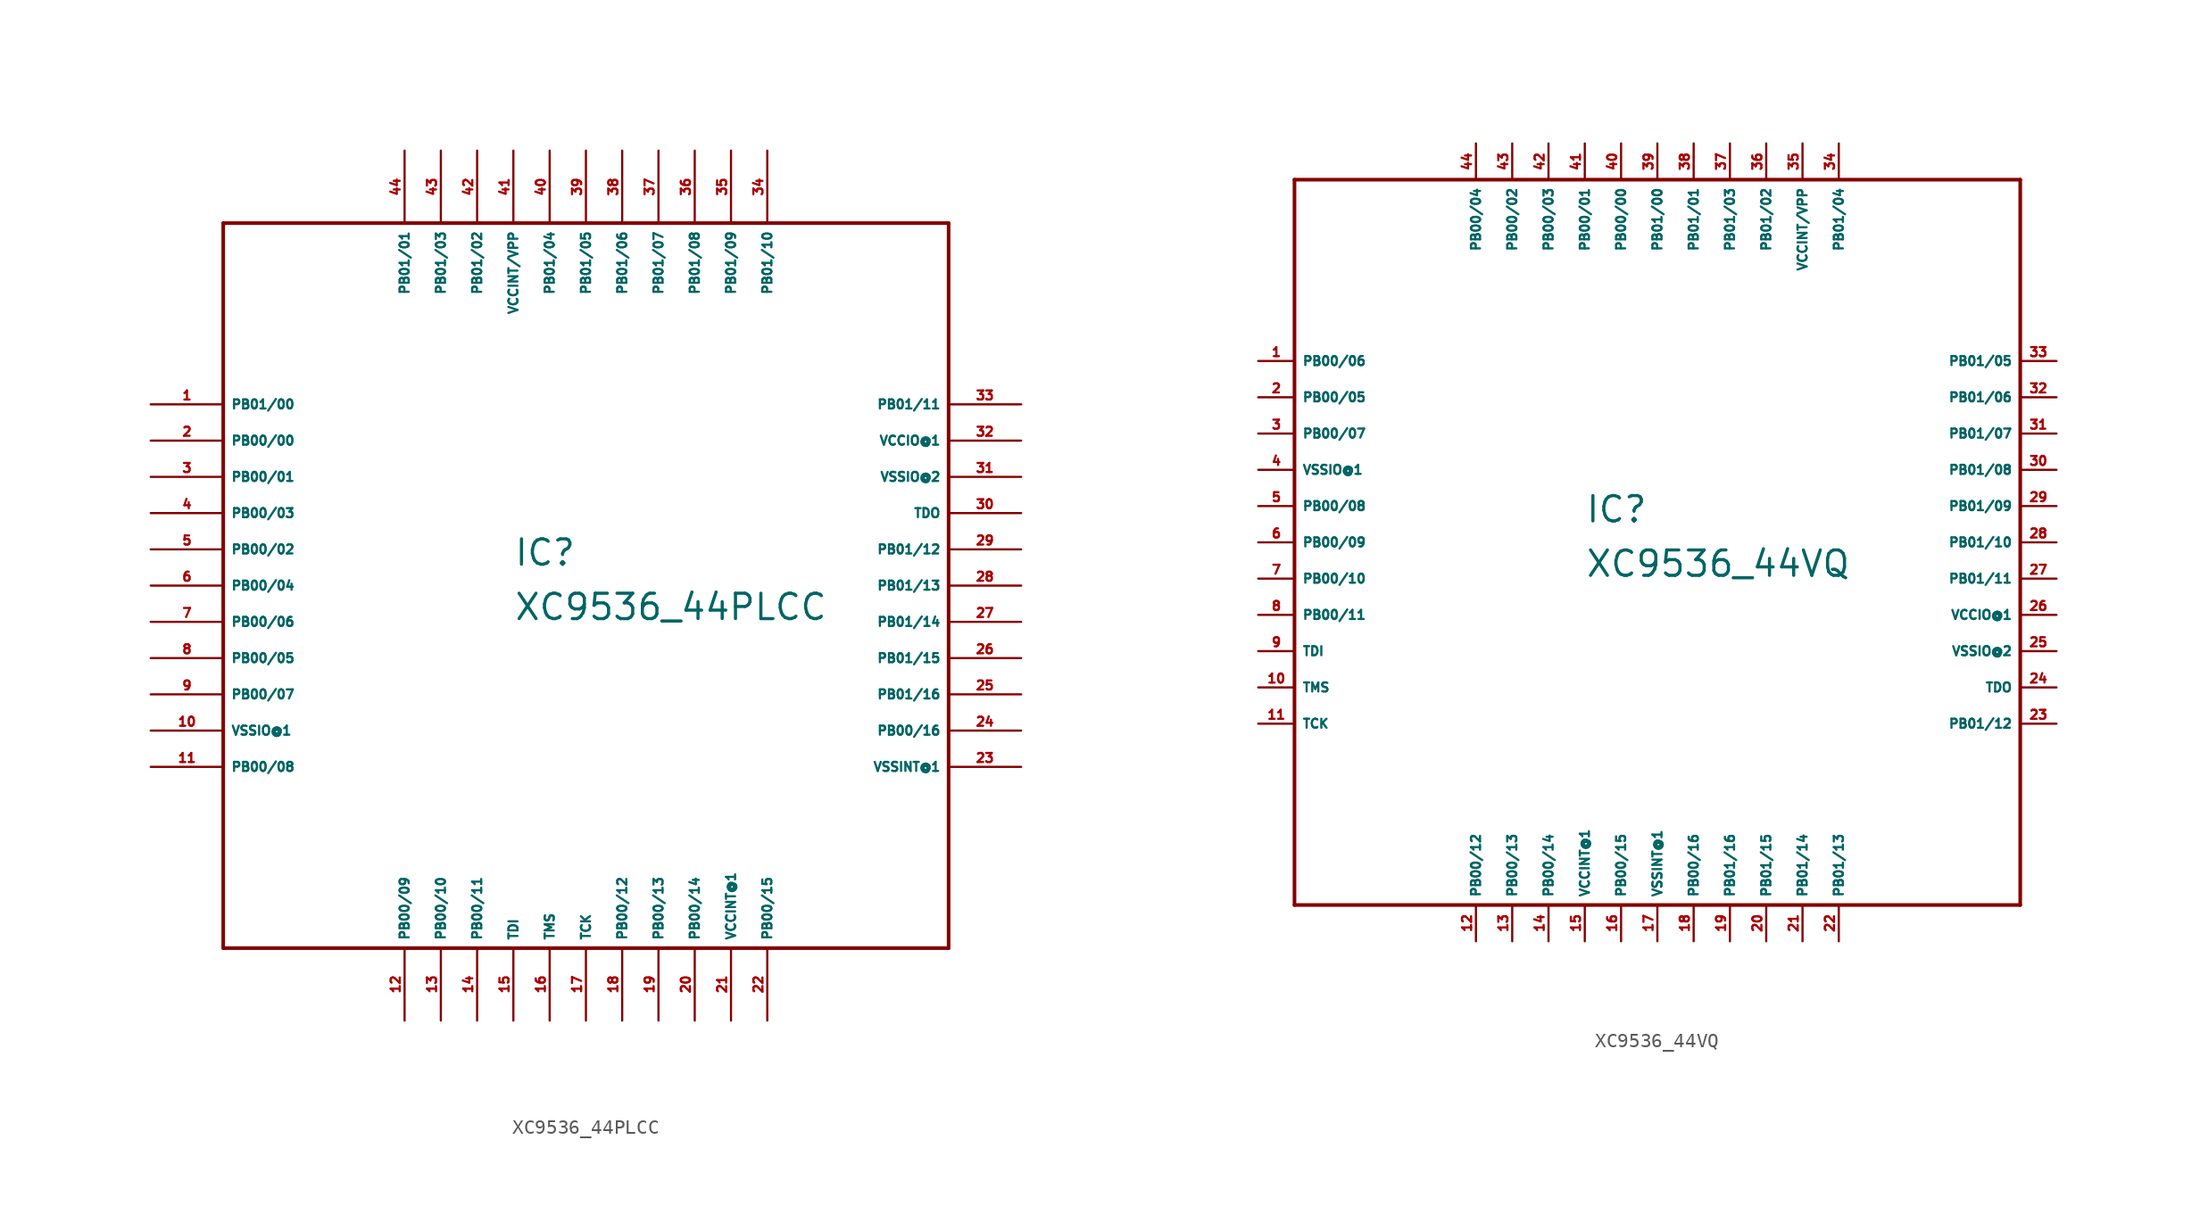
<source format=kicad_sym>
(kicad_symbol_lib
  (version 20220914)
  (generator Eagle2Kicad)
  (symbol "XC9536_44PLCC"
    (property "Reference" "IC"
      (at -5.08 1.27 0)
      (effects (font (size 1.778 1.778) (thickness 0.22)) (justify left bottom)))
    (property "Value" "XC9536_44PLCC"
      (at -5.08 -2.54 0)
      (effects (font (size 1.778 1.778) (thickness 0.22)) (justify left bottom)))
    (polyline
      (pts (xy -25.4 -25.4) (xy 25.4 -25.4))
      (stroke (width 0.254) (type default))
      (fill (type none)))
    (polyline
      (pts (xy 25.4 -25.4) (xy 25.4 25.4))
      (stroke (width 0.254) (type default))
      (fill (type none)))
    (polyline
      (pts (xy 25.4 25.4) (xy -25.4 25.4))
      (stroke (width 0.254) (type default))
      (fill (type none)))
    (polyline
      (pts (xy -25.4 25.4) (xy -25.4 -25.4))
      (stroke (width 0.254) (type default))
      (fill (type none)))
    (pin bidirectional line
      (at -30.48 12.7 0)
      (length 5.08)
      (name "PB01/00" (effects (font (size 0.635 0.635) (thickness 0.08)) (justify left bottom)))
      (number "1" (effects (font (size 0.635 0.635) (thickness 0.08)) (justify left bottom))))
    (pin bidirectional line
      (at -30.48 10.16 0)
      (length 5.08)
      (name "PB00/00" (effects (font (size 0.635 0.635) (thickness 0.08)) (justify left bottom)))
      (number "2" (effects (font (size 0.635 0.635) (thickness 0.08)) (justify left bottom))))
    (pin bidirectional line
      (at -30.48 7.62 0)
      (length 5.08)
      (name "PB00/01" (effects (font (size 0.635 0.635) (thickness 0.08)) (justify left bottom)))
      (number "3" (effects (font (size 0.635 0.635) (thickness 0.08)) (justify left bottom))))
    (pin bidirectional line
      (at -30.48 5.08 0)
      (length 5.08)
      (name "PB00/03" (effects (font (size 0.635 0.635) (thickness 0.08)) (justify left bottom)))
      (number "4" (effects (font (size 0.635 0.635) (thickness 0.08)) (justify left bottom))))
    (pin bidirectional line
      (at -30.48 2.54 0)
      (length 5.08)
      (name "PB00/02" (effects (font (size 0.635 0.635) (thickness 0.08)) (justify left bottom)))
      (number "5" (effects (font (size 0.635 0.635) (thickness 0.08)) (justify left bottom))))
    (pin bidirectional line
      (at -30.48 0 0)
      (length 5.08)
      (name "PB00/04" (effects (font (size 0.635 0.635) (thickness 0.08)) (justify left bottom)))
      (number "6" (effects (font (size 0.635 0.635) (thickness 0.08)) (justify left bottom))))
    (pin bidirectional line
      (at -30.48 -2.54 0)
      (length 5.08)
      (name "PB00/06" (effects (font (size 0.635 0.635) (thickness 0.08)) (justify left bottom)))
      (number "7" (effects (font (size 0.635 0.635) (thickness 0.08)) (justify left bottom))))
    (pin bidirectional line
      (at -30.48 -5.08 0)
      (length 5.08)
      (name "PB00/05" (effects (font (size 0.635 0.635) (thickness 0.08)) (justify left bottom)))
      (number "8" (effects (font (size 0.635 0.635) (thickness 0.08)) (justify left bottom))))
    (pin bidirectional line
      (at -30.48 -7.62 0)
      (length 5.08)
      (name "PB00/07" (effects (font (size 0.635 0.635) (thickness 0.08)) (justify left bottom)))
      (number "9" (effects (font (size 0.635 0.635) (thickness 0.08)) (justify left bottom))))
    (pin unspecified line
      (at -30.48 -10.16 0)
      (length 5.08)
      (name "VSSIO@1" (effects (font (size 0.635 0.635) (thickness 0.08)) (justify left bottom)))
      (number "10" (effects (font (size 0.635 0.635) (thickness 0.08)) (justify left bottom))))
    (pin bidirectional line
      (at -30.48 -12.7 0)
      (length 5.08)
      (name "PB00/08" (effects (font (size 0.635 0.635) (thickness 0.08)) (justify left bottom)))
      (number "11" (effects (font (size 0.635 0.635) (thickness 0.08)) (justify left bottom))))
    (pin bidirectional line
      (at -12.7 -30.48 90)
      (length 5.08)
      (name "PB00/09" (effects (font (size 0.635 0.635) (thickness 0.08)) (justify left bottom)))
      (number "12" (effects (font (size 0.635 0.635) (thickness 0.08)) (justify left bottom))))
    (pin bidirectional line
      (at -10.16 -30.48 90)
      (length 5.08)
      (name "PB00/10" (effects (font (size 0.635 0.635) (thickness 0.08)) (justify left bottom)))
      (number "13" (effects (font (size 0.635 0.635) (thickness 0.08)) (justify left bottom))))
    (pin bidirectional line
      (at -7.62 -30.48 90)
      (length 5.08)
      (name "PB00/11" (effects (font (size 0.635 0.635) (thickness 0.08)) (justify left bottom)))
      (number "14" (effects (font (size 0.635 0.635) (thickness 0.08)) (justify left bottom))))
    (pin input line
      (at -5.08 -30.48 90)
      (length 5.08)
      (name "TDI" (effects (font (size 0.635 0.635) (thickness 0.08)) (justify left bottom)))
      (number "15" (effects (font (size 0.635 0.635) (thickness 0.08)) (justify left bottom))))
    (pin input line
      (at -2.54 -30.48 90)
      (length 5.08)
      (name "TMS" (effects (font (size 0.635 0.635) (thickness 0.08)) (justify left bottom)))
      (number "16" (effects (font (size 0.635 0.635) (thickness 0.08)) (justify left bottom))))
    (pin input line
      (at 0 -30.48 90)
      (length 5.08)
      (name "TCK" (effects (font (size 0.635 0.635) (thickness 0.08)) (justify left bottom)))
      (number "17" (effects (font (size 0.635 0.635) (thickness 0.08)) (justify left bottom))))
    (pin bidirectional line
      (at 2.54 -30.48 90)
      (length 5.08)
      (name "PB00/12" (effects (font (size 0.635 0.635) (thickness 0.08)) (justify left bottom)))
      (number "18" (effects (font (size 0.635 0.635) (thickness 0.08)) (justify left bottom))))
    (pin bidirectional line
      (at 5.08 -30.48 90)
      (length 5.08)
      (name "PB00/13" (effects (font (size 0.635 0.635) (thickness 0.08)) (justify left bottom)))
      (number "19" (effects (font (size 0.635 0.635) (thickness 0.08)) (justify left bottom))))
    (pin bidirectional line
      (at 7.62 -30.48 90)
      (length 5.08)
      (name "PB00/14" (effects (font (size 0.635 0.635) (thickness 0.08)) (justify left bottom)))
      (number "20" (effects (font (size 0.635 0.635) (thickness 0.08)) (justify left bottom))))
    (pin unspecified line
      (at 10.16 -30.48 90)
      (length 5.08)
      (name "VCCINT@1" (effects (font (size 0.635 0.635) (thickness 0.08)) (justify left bottom)))
      (number "21" (effects (font (size 0.635 0.635) (thickness 0.08)) (justify left bottom))))
    (pin bidirectional line
      (at 12.7 -30.48 90)
      (length 5.08)
      (name "PB00/15" (effects (font (size 0.635 0.635) (thickness 0.08)) (justify left bottom)))
      (number "22" (effects (font (size 0.635 0.635) (thickness 0.08)) (justify left bottom))))
    (pin unspecified line
      (at 30.48 -12.7 180)
      (length 5.08)
      (name "VSSINT@1" (effects (font (size 0.635 0.635) (thickness 0.08)) (justify left bottom)))
      (number "23" (effects (font (size 0.635 0.635) (thickness 0.08)) (justify left bottom))))
    (pin bidirectional line
      (at 30.48 -10.16 180)
      (length 5.08)
      (name "PB00/16" (effects (font (size 0.635 0.635) (thickness 0.08)) (justify left bottom)))
      (number "24" (effects (font (size 0.635 0.635) (thickness 0.08)) (justify left bottom))))
    (pin bidirectional line
      (at 30.48 -7.62 180)
      (length 5.08)
      (name "PB01/16" (effects (font (size 0.635 0.635) (thickness 0.08)) (justify left bottom)))
      (number "25" (effects (font (size 0.635 0.635) (thickness 0.08)) (justify left bottom))))
    (pin bidirectional line
      (at 30.48 -5.08 180)
      (length 5.08)
      (name "PB01/15" (effects (font (size 0.635 0.635) (thickness 0.08)) (justify left bottom)))
      (number "26" (effects (font (size 0.635 0.635) (thickness 0.08)) (justify left bottom))))
    (pin bidirectional line
      (at 30.48 -2.54 180)
      (length 5.08)
      (name "PB01/14" (effects (font (size 0.635 0.635) (thickness 0.08)) (justify left bottom)))
      (number "27" (effects (font (size 0.635 0.635) (thickness 0.08)) (justify left bottom))))
    (pin bidirectional line
      (at 30.48 0 180)
      (length 5.08)
      (name "PB01/13" (effects (font (size 0.635 0.635) (thickness 0.08)) (justify left bottom)))
      (number "28" (effects (font (size 0.635 0.635) (thickness 0.08)) (justify left bottom))))
    (pin bidirectional line
      (at 30.48 2.54 180)
      (length 5.08)
      (name "PB01/12" (effects (font (size 0.635 0.635) (thickness 0.08)) (justify left bottom)))
      (number "29" (effects (font (size 0.635 0.635) (thickness 0.08)) (justify left bottom))))
    (pin output line
      (at 30.48 5.08 180)
      (length 5.08)
      (name "TDO" (effects (font (size 0.635 0.635) (thickness 0.08)) (justify left bottom)))
      (number "30" (effects (font (size 0.635 0.635) (thickness 0.08)) (justify left bottom))))
    (pin unspecified line
      (at 30.48 7.62 180)
      (length 5.08)
      (name "VSSIO@2" (effects (font (size 0.635 0.635) (thickness 0.08)) (justify left bottom)))
      (number "31" (effects (font (size 0.635 0.635) (thickness 0.08)) (justify left bottom))))
    (pin unspecified line
      (at 30.48 10.16 180)
      (length 5.08)
      (name "VCCIO@1" (effects (font (size 0.635 0.635) (thickness 0.08)) (justify left bottom)))
      (number "32" (effects (font (size 0.635 0.635) (thickness 0.08)) (justify left bottom))))
    (pin bidirectional line
      (at 30.48 12.7 180)
      (length 5.08)
      (name "PB01/11" (effects (font (size 0.635 0.635) (thickness 0.08)) (justify left bottom)))
      (number "33" (effects (font (size 0.635 0.635) (thickness 0.08)) (justify left bottom))))
    (pin bidirectional line
      (at 12.7 30.48 270)
      (length 5.08)
      (name "PB01/10" (effects (font (size 0.635 0.635) (thickness 0.08)) (justify left bottom)))
      (number "34" (effects (font (size 0.635 0.635) (thickness 0.08)) (justify left bottom))))
    (pin bidirectional line
      (at 10.16 30.48 270)
      (length 5.08)
      (name "PB01/09" (effects (font (size 0.635 0.635) (thickness 0.08)) (justify left bottom)))
      (number "35" (effects (font (size 0.635 0.635) (thickness 0.08)) (justify left bottom))))
    (pin bidirectional line
      (at 7.62 30.48 270)
      (length 5.08)
      (name "PB01/08" (effects (font (size 0.635 0.635) (thickness 0.08)) (justify left bottom)))
      (number "36" (effects (font (size 0.635 0.635) (thickness 0.08)) (justify left bottom))))
    (pin bidirectional line
      (at 5.08 30.48 270)
      (length 5.08)
      (name "PB01/07" (effects (font (size 0.635 0.635) (thickness 0.08)) (justify left bottom)))
      (number "37" (effects (font (size 0.635 0.635) (thickness 0.08)) (justify left bottom))))
    (pin bidirectional line
      (at 2.54 30.48 270)
      (length 5.08)
      (name "PB01/06" (effects (font (size 0.635 0.635) (thickness 0.08)) (justify left bottom)))
      (number "38" (effects (font (size 0.635 0.635) (thickness 0.08)) (justify left bottom))))
    (pin bidirectional line
      (at 0 30.48 270)
      (length 5.08)
      (name "PB01/05" (effects (font (size 0.635 0.635) (thickness 0.08)) (justify left bottom)))
      (number "39" (effects (font (size 0.635 0.635) (thickness 0.08)) (justify left bottom))))
    (pin bidirectional line
      (at -2.54 30.48 270)
      (length 5.08)
      (name "PB01/04" (effects (font (size 0.635 0.635) (thickness 0.08)) (justify left bottom)))
      (number "40" (effects (font (size 0.635 0.635) (thickness 0.08)) (justify left bottom))))
    (pin input line
      (at -5.08 30.48 270)
      (length 5.08)
      (name "VCCINT/VPP" (effects (font (size 0.635 0.635) (thickness 0.08)) (justify left bottom)))
      (number "41" (effects (font (size 0.635 0.635) (thickness 0.08)) (justify left bottom))))
    (pin bidirectional line
      (at -7.62 30.48 270)
      (length 5.08)
      (name "PB01/02" (effects (font (size 0.635 0.635) (thickness 0.08)) (justify left bottom)))
      (number "42" (effects (font (size 0.635 0.635) (thickness 0.08)) (justify left bottom))))
    (pin bidirectional line
      (at -10.16 30.48 270)
      (length 5.08)
      (name "PB01/03" (effects (font (size 0.635 0.635) (thickness 0.08)) (justify left bottom)))
      (number "43" (effects (font (size 0.635 0.635) (thickness 0.08)) (justify left bottom))))
    (pin bidirectional line
      (at -12.7 30.48 270)
      (length 5.08)
      (name "PB01/01" (effects (font (size 0.635 0.635) (thickness 0.08)) (justify left bottom)))
      (number "44" (effects (font (size 0.635 0.635) (thickness 0.08)) (justify left bottom)))))
  (symbol "XC9536_44VQ"
    (property "Reference" "IC"
      (at -5.08 1.27 0)
      (effects (font (size 1.778 1.778) (thickness 0.22)) (justify left bottom)))
    (property "Value" "XC9536_44VQ"
      (at -5.08 -2.54 0)
      (effects (font (size 1.778 1.778) (thickness 0.22)) (justify left bottom)))
    (polyline
      (pts (xy -25.4 -25.4) (xy 25.4 -25.4))
      (stroke (width 0.254) (type default))
      (fill (type none)))
    (polyline
      (pts (xy 25.4 -25.4) (xy 25.4 25.4))
      (stroke (width 0.254) (type default))
      (fill (type none)))
    (polyline
      (pts (xy 25.4 25.4) (xy -25.4 25.4))
      (stroke (width 0.254) (type default))
      (fill (type none)))
    (polyline
      (pts (xy -25.4 25.4) (xy -25.4 -25.4))
      (stroke (width 0.254) (type default))
      (fill (type none)))
    (pin bidirectional line
      (at -27.94 12.7 0)
      (length 2.54)
      (name "PB00/06" (effects (font (size 0.635 0.635) (thickness 0.08)) (justify left bottom)))
      (number "1" (effects (font (size 0.635 0.635) (thickness 0.08)) (justify left bottom))))
    (pin bidirectional line
      (at -27.94 10.16 0)
      (length 2.54)
      (name "PB00/05" (effects (font (size 0.635 0.635) (thickness 0.08)) (justify left bottom)))
      (number "2" (effects (font (size 0.635 0.635) (thickness 0.08)) (justify left bottom))))
    (pin bidirectional line
      (at -27.94 7.62 0)
      (length 2.54)
      (name "PB00/07" (effects (font (size 0.635 0.635) (thickness 0.08)) (justify left bottom)))
      (number "3" (effects (font (size 0.635 0.635) (thickness 0.08)) (justify left bottom))))
    (pin unspecified line
      (at -27.94 5.08 0)
      (length 2.54)
      (name "VSSIO@1" (effects (font (size 0.635 0.635) (thickness 0.08)) (justify left bottom)))
      (number "4" (effects (font (size 0.635 0.635) (thickness 0.08)) (justify left bottom))))
    (pin bidirectional line
      (at -27.94 2.54 0)
      (length 2.54)
      (name "PB00/08" (effects (font (size 0.635 0.635) (thickness 0.08)) (justify left bottom)))
      (number "5" (effects (font (size 0.635 0.635) (thickness 0.08)) (justify left bottom))))
    (pin bidirectional line
      (at -27.94 0 0)
      (length 2.54)
      (name "PB00/09" (effects (font (size 0.635 0.635) (thickness 0.08)) (justify left bottom)))
      (number "6" (effects (font (size 0.635 0.635) (thickness 0.08)) (justify left bottom))))
    (pin bidirectional line
      (at -27.94 -2.54 0)
      (length 2.54)
      (name "PB00/10" (effects (font (size 0.635 0.635) (thickness 0.08)) (justify left bottom)))
      (number "7" (effects (font (size 0.635 0.635) (thickness 0.08)) (justify left bottom))))
    (pin bidirectional line
      (at -27.94 -5.08 0)
      (length 2.54)
      (name "PB00/11" (effects (font (size 0.635 0.635) (thickness 0.08)) (justify left bottom)))
      (number "8" (effects (font (size 0.635 0.635) (thickness 0.08)) (justify left bottom))))
    (pin input line
      (at -27.94 -7.62 0)
      (length 2.54)
      (name "TDI" (effects (font (size 0.635 0.635) (thickness 0.08)) (justify left bottom)))
      (number "9" (effects (font (size 0.635 0.635) (thickness 0.08)) (justify left bottom))))
    (pin input line
      (at -27.94 -10.16 0)
      (length 2.54)
      (name "TMS" (effects (font (size 0.635 0.635) (thickness 0.08)) (justify left bottom)))
      (number "10" (effects (font (size 0.635 0.635) (thickness 0.08)) (justify left bottom))))
    (pin input line
      (at -27.94 -12.7 0)
      (length 2.54)
      (name "TCK" (effects (font (size 0.635 0.635) (thickness 0.08)) (justify left bottom)))
      (number "11" (effects (font (size 0.635 0.635) (thickness 0.08)) (justify left bottom))))
    (pin bidirectional line
      (at -12.7 -27.94 90)
      (length 2.54)
      (name "PB00/12" (effects (font (size 0.635 0.635) (thickness 0.08)) (justify left bottom)))
      (number "12" (effects (font (size 0.635 0.635) (thickness 0.08)) (justify left bottom))))
    (pin bidirectional line
      (at -10.16 -27.94 90)
      (length 2.54)
      (name "PB00/13" (effects (font (size 0.635 0.635) (thickness 0.08)) (justify left bottom)))
      (number "13" (effects (font (size 0.635 0.635) (thickness 0.08)) (justify left bottom))))
    (pin bidirectional line
      (at -7.62 -27.94 90)
      (length 2.54)
      (name "PB00/14" (effects (font (size 0.635 0.635) (thickness 0.08)) (justify left bottom)))
      (number "14" (effects (font (size 0.635 0.635) (thickness 0.08)) (justify left bottom))))
    (pin unspecified line
      (at -5.08 -27.94 90)
      (length 2.54)
      (name "VCCINT@1" (effects (font (size 0.635 0.635) (thickness 0.08)) (justify left bottom)))
      (number "15" (effects (font (size 0.635 0.635) (thickness 0.08)) (justify left bottom))))
    (pin bidirectional line
      (at -2.54 -27.94 90)
      (length 2.54)
      (name "PB00/15" (effects (font (size 0.635 0.635) (thickness 0.08)) (justify left bottom)))
      (number "16" (effects (font (size 0.635 0.635) (thickness 0.08)) (justify left bottom))))
    (pin unspecified line
      (at 0 -27.94 90)
      (length 2.54)
      (name "VSSINT@1" (effects (font (size 0.635 0.635) (thickness 0.08)) (justify left bottom)))
      (number "17" (effects (font (size 0.635 0.635) (thickness 0.08)) (justify left bottom))))
    (pin bidirectional line
      (at 2.54 -27.94 90)
      (length 2.54)
      (name "PB00/16" (effects (font (size 0.635 0.635) (thickness 0.08)) (justify left bottom)))
      (number "18" (effects (font (size 0.635 0.635) (thickness 0.08)) (justify left bottom))))
    (pin bidirectional line
      (at 5.08 -27.94 90)
      (length 2.54)
      (name "PB01/16" (effects (font (size 0.635 0.635) (thickness 0.08)) (justify left bottom)))
      (number "19" (effects (font (size 0.635 0.635) (thickness 0.08)) (justify left bottom))))
    (pin bidirectional line
      (at 7.62 -27.94 90)
      (length 2.54)
      (name "PB01/15" (effects (font (size 0.635 0.635) (thickness 0.08)) (justify left bottom)))
      (number "20" (effects (font (size 0.635 0.635) (thickness 0.08)) (justify left bottom))))
    (pin bidirectional line
      (at 10.16 -27.94 90)
      (length 2.54)
      (name "PB01/14" (effects (font (size 0.635 0.635) (thickness 0.08)) (justify left bottom)))
      (number "21" (effects (font (size 0.635 0.635) (thickness 0.08)) (justify left bottom))))
    (pin bidirectional line
      (at 12.7 -27.94 90)
      (length 2.54)
      (name "PB01/13" (effects (font (size 0.635 0.635) (thickness 0.08)) (justify left bottom)))
      (number "22" (effects (font (size 0.635 0.635) (thickness 0.08)) (justify left bottom))))
    (pin bidirectional line
      (at 27.94 -12.7 180)
      (length 2.54)
      (name "PB01/12" (effects (font (size 0.635 0.635) (thickness 0.08)) (justify left bottom)))
      (number "23" (effects (font (size 0.635 0.635) (thickness 0.08)) (justify left bottom))))
    (pin output line
      (at 27.94 -10.16 180)
      (length 2.54)
      (name "TDO" (effects (font (size 0.635 0.635) (thickness 0.08)) (justify left bottom)))
      (number "24" (effects (font (size 0.635 0.635) (thickness 0.08)) (justify left bottom))))
    (pin unspecified line
      (at 27.94 -7.62 180)
      (length 2.54)
      (name "VSSIO@2" (effects (font (size 0.635 0.635) (thickness 0.08)) (justify left bottom)))
      (number "25" (effects (font (size 0.635 0.635) (thickness 0.08)) (justify left bottom))))
    (pin unspecified line
      (at 27.94 -5.08 180)
      (length 2.54)
      (name "VCCIO@1" (effects (font (size 0.635 0.635) (thickness 0.08)) (justify left bottom)))
      (number "26" (effects (font (size 0.635 0.635) (thickness 0.08)) (justify left bottom))))
    (pin bidirectional line
      (at 27.94 -2.54 180)
      (length 2.54)
      (name "PB01/11" (effects (font (size 0.635 0.635) (thickness 0.08)) (justify left bottom)))
      (number "27" (effects (font (size 0.635 0.635) (thickness 0.08)) (justify left bottom))))
    (pin bidirectional line
      (at 27.94 0 180)
      (length 2.54)
      (name "PB01/10" (effects (font (size 0.635 0.635) (thickness 0.08)) (justify left bottom)))
      (number "28" (effects (font (size 0.635 0.635) (thickness 0.08)) (justify left bottom))))
    (pin bidirectional line
      (at 27.94 2.54 180)
      (length 2.54)
      (name "PB01/09" (effects (font (size 0.635 0.635) (thickness 0.08)) (justify left bottom)))
      (number "29" (effects (font (size 0.635 0.635) (thickness 0.08)) (justify left bottom))))
    (pin bidirectional line
      (at 27.94 5.08 180)
      (length 2.54)
      (name "PB01/08" (effects (font (size 0.635 0.635) (thickness 0.08)) (justify left bottom)))
      (number "30" (effects (font (size 0.635 0.635) (thickness 0.08)) (justify left bottom))))
    (pin bidirectional line
      (at 27.94 7.62 180)
      (length 2.54)
      (name "PB01/07" (effects (font (size 0.635 0.635) (thickness 0.08)) (justify left bottom)))
      (number "31" (effects (font (size 0.635 0.635) (thickness 0.08)) (justify left bottom))))
    (pin bidirectional line
      (at 27.94 10.16 180)
      (length 2.54)
      (name "PB01/06" (effects (font (size 0.635 0.635) (thickness 0.08)) (justify left bottom)))
      (number "32" (effects (font (size 0.635 0.635) (thickness 0.08)) (justify left bottom))))
    (pin bidirectional line
      (at 27.94 12.7 180)
      (length 2.54)
      (name "PB01/05" (effects (font (size 0.635 0.635) (thickness 0.08)) (justify left bottom)))
      (number "33" (effects (font (size 0.635 0.635) (thickness 0.08)) (justify left bottom))))
    (pin bidirectional line
      (at 12.7 27.94 270)
      (length 2.54)
      (name "PB01/04" (effects (font (size 0.635 0.635) (thickness 0.08)) (justify left bottom)))
      (number "34" (effects (font (size 0.635 0.635) (thickness 0.08)) (justify left bottom))))
    (pin input line
      (at 10.16 27.94 270)
      (length 2.54)
      (name "VCCINT/VPP" (effects (font (size 0.635 0.635) (thickness 0.08)) (justify left bottom)))
      (number "35" (effects (font (size 0.635 0.635) (thickness 0.08)) (justify left bottom))))
    (pin bidirectional line
      (at 7.62 27.94 270)
      (length 2.54)
      (name "PB01/02" (effects (font (size 0.635 0.635) (thickness 0.08)) (justify left bottom)))
      (number "36" (effects (font (size 0.635 0.635) (thickness 0.08)) (justify left bottom))))
    (pin bidirectional line
      (at 5.08 27.94 270)
      (length 2.54)
      (name "PB01/03" (effects (font (size 0.635 0.635) (thickness 0.08)) (justify left bottom)))
      (number "37" (effects (font (size 0.635 0.635) (thickness 0.08)) (justify left bottom))))
    (pin bidirectional line
      (at 2.54 27.94 270)
      (length 2.54)
      (name "PB01/01" (effects (font (size 0.635 0.635) (thickness 0.08)) (justify left bottom)))
      (number "38" (effects (font (size 0.635 0.635) (thickness 0.08)) (justify left bottom))))
    (pin bidirectional line
      (at 0 27.94 270)
      (length 2.54)
      (name "PB01/00" (effects (font (size 0.635 0.635) (thickness 0.08)) (justify left bottom)))
      (number "39" (effects (font (size 0.635 0.635) (thickness 0.08)) (justify left bottom))))
    (pin bidirectional line
      (at -2.54 27.94 270)
      (length 2.54)
      (name "PB00/00" (effects (font (size 0.635 0.635) (thickness 0.08)) (justify left bottom)))
      (number "40" (effects (font (size 0.635 0.635) (thickness 0.08)) (justify left bottom))))
    (pin bidirectional line
      (at -5.08 27.94 270)
      (length 2.54)
      (name "PB00/01" (effects (font (size 0.635 0.635) (thickness 0.08)) (justify left bottom)))
      (number "41" (effects (font (size 0.635 0.635) (thickness 0.08)) (justify left bottom))))
    (pin bidirectional line
      (at -7.62 27.94 270)
      (length 2.54)
      (name "PB00/03" (effects (font (size 0.635 0.635) (thickness 0.08)) (justify left bottom)))
      (number "42" (effects (font (size 0.635 0.635) (thickness 0.08)) (justify left bottom))))
    (pin bidirectional line
      (at -10.16 27.94 270)
      (length 2.54)
      (name "PB00/02" (effects (font (size 0.635 0.635) (thickness 0.08)) (justify left bottom)))
      (number "43" (effects (font (size 0.635 0.635) (thickness 0.08)) (justify left bottom))))
    (pin bidirectional line
      (at -12.7 27.94 270)
      (length 2.54)
      (name "PB00/04" (effects (font (size 0.635 0.635) (thickness 0.08)) (justify left bottom)))
      (number "44" (effects (font (size 0.635 0.635) (thickness 0.08)) (justify left bottom))))))
</source>
